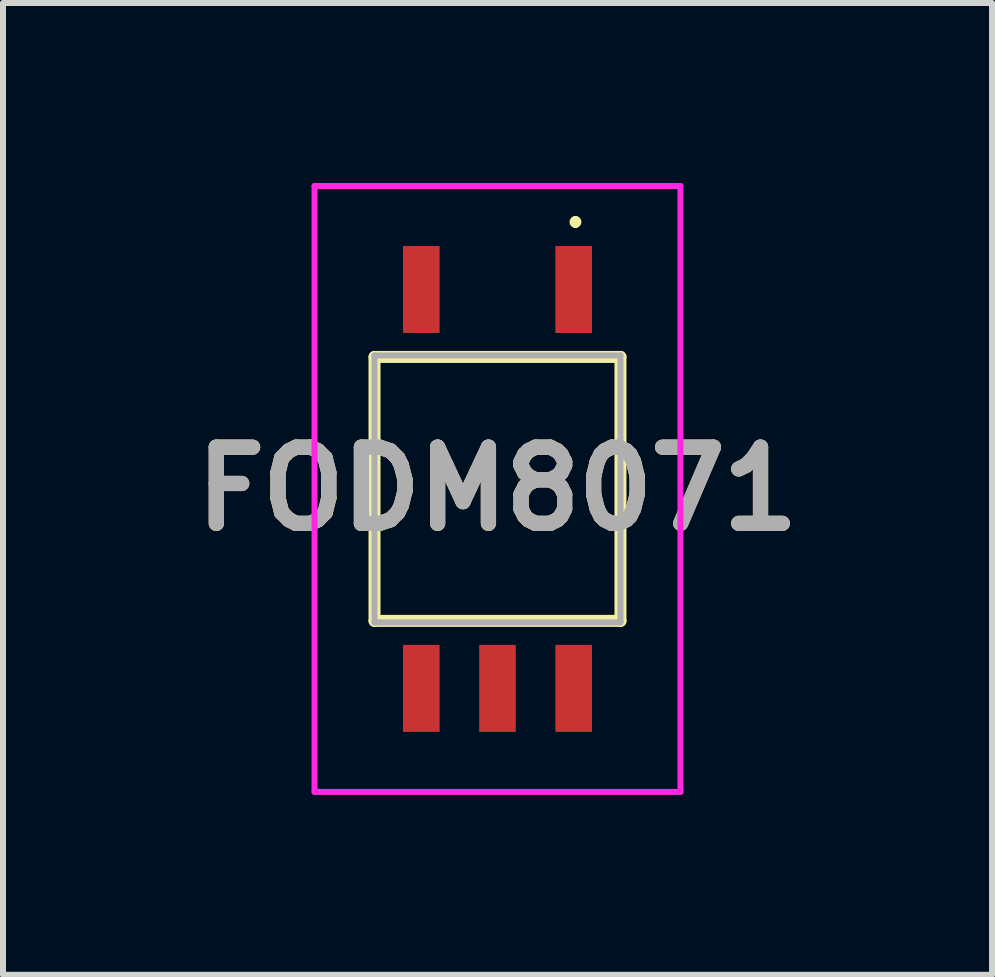
<source format=kicad_pcb>
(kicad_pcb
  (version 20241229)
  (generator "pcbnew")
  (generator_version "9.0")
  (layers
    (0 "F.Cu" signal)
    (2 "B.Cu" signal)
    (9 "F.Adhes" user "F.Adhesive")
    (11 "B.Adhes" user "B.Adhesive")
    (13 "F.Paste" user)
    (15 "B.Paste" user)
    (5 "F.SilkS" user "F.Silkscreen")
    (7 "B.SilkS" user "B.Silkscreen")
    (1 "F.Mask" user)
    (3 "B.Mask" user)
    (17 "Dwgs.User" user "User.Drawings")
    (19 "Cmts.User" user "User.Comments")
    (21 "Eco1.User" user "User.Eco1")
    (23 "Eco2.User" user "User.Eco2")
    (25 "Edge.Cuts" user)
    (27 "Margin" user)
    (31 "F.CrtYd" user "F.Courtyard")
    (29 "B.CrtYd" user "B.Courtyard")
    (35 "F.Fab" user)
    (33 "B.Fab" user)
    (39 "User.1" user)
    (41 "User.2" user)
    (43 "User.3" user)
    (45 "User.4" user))
  (footprint "FODM8071"
    (layer "F.Cu")
    (at 5.243 5.1)
    (property "Reference" "FODM8071" (at 0 0 0) (layer "F.SilkS") (effects (font (size 1.27 1.27) (thickness 0.254))))
    (attr smd)
    (fp_line (start -2.05 -2.2) (end 2.05 -2.2) (stroke (width 0.2) (type solid)) (layer "F.SilkS"))
    (fp_line (start -2.05 2.2) (end -2.05 -2.2) (stroke (width 0.2) (type solid)) (layer "F.SilkS"))
    (fp_line (start 1.3 -4.5) (end 1.3 -4.5) (stroke (width 0.1) (type solid)) (layer "F.SilkS"))
    (fp_line (start 1.3 -4.4) (end 1.3 -4.4) (stroke (width 0.1) (type solid)) (layer "F.SilkS"))
    (fp_line (start 2.05 -2.2) (end 2.05 2.2) (stroke (width 0.2) (type solid)) (layer "F.SilkS"))
    (fp_line (start 2.05 2.2) (end -2.05 2.2) (stroke (width 0.2) (type solid)) (layer "F.SilkS"))
    (fp_arc (start 1.3 -4.5) (mid 1.35 -4.45) (end 1.3 -4.4) (stroke (width 0.1) (type solid)) (layer "F.SilkS"))
    (fp_arc (start 1.3 -4.4) (mid 1.25 -4.45) (end 1.3 -4.5) (stroke (width 0.1) (type solid)) (layer "F.SilkS"))
    (fp_line (start -3.05 -5.05) (end 3.05 -5.05) (stroke (width 0.1) (type solid)) (layer "F.CrtYd"))
    (fp_line (start -3.05 5.05) (end -3.05 -5.05) (stroke (width 0.1) (type solid)) (layer "F.CrtYd"))
    (fp_line (start 3.05 -5.05) (end 3.05 5.05) (stroke (width 0.1) (type solid)) (layer "F.CrtYd"))
    (fp_line (start 3.05 5.05) (end -3.05 5.05) (stroke (width 0.1) (type solid)) (layer "F.CrtYd"))
    (fp_line (start -2.05 -2.225) (end 2.05 -2.225) (stroke (width 0.1) (type solid)) (layer "F.Fab"))
    (fp_line (start -2.05 2.225) (end -2.05 -2.225) (stroke (width 0.1) (type solid)) (layer "F.Fab"))
    (fp_line (start 2.05 -2.225) (end 2.05 2.225) (stroke (width 0.1) (type solid)) (layer "F.Fab"))
    (fp_line (start 2.05 2.225) (end -2.05 2.225) (stroke (width 0.1) (type solid)) (layer "F.Fab"))
    (fp_text user "${REFERENCE}" (at 0 0 0) (layer "F.Fab") (effects (font (size 1.27 1.27) (thickness 0.254))))
    (pad "1" smd rect (at 1.27 -3.325) (size 0.61 1.45) (layers "F.Cu" "F.Mask" "F.Paste"))
    (pad "3" smd rect (at -1.27 -3.325) (size 0.61 1.45) (layers "F.Cu" "F.Mask" "F.Paste"))
    (pad "4" smd rect (at -1.27 3.325) (size 0.61 1.45) (layers "F.Cu" "F.Mask" "F.Paste"))
    (pad "5" smd rect (at 0 3.325) (size 0.61 1.45) (layers "F.Cu" "F.Mask" "F.Paste"))
    (pad "6" smd rect (at 1.27 3.325) (size 0.61 1.45) (layers "F.Cu" "F.Mask" "F.Paste")))
  (gr_rect
    (start -3 -3)
    (end 13.487 13.2)
    (stroke (width 0.1) (type default))
    (fill no)
    (layer "Edge.Cuts")))
</source>
